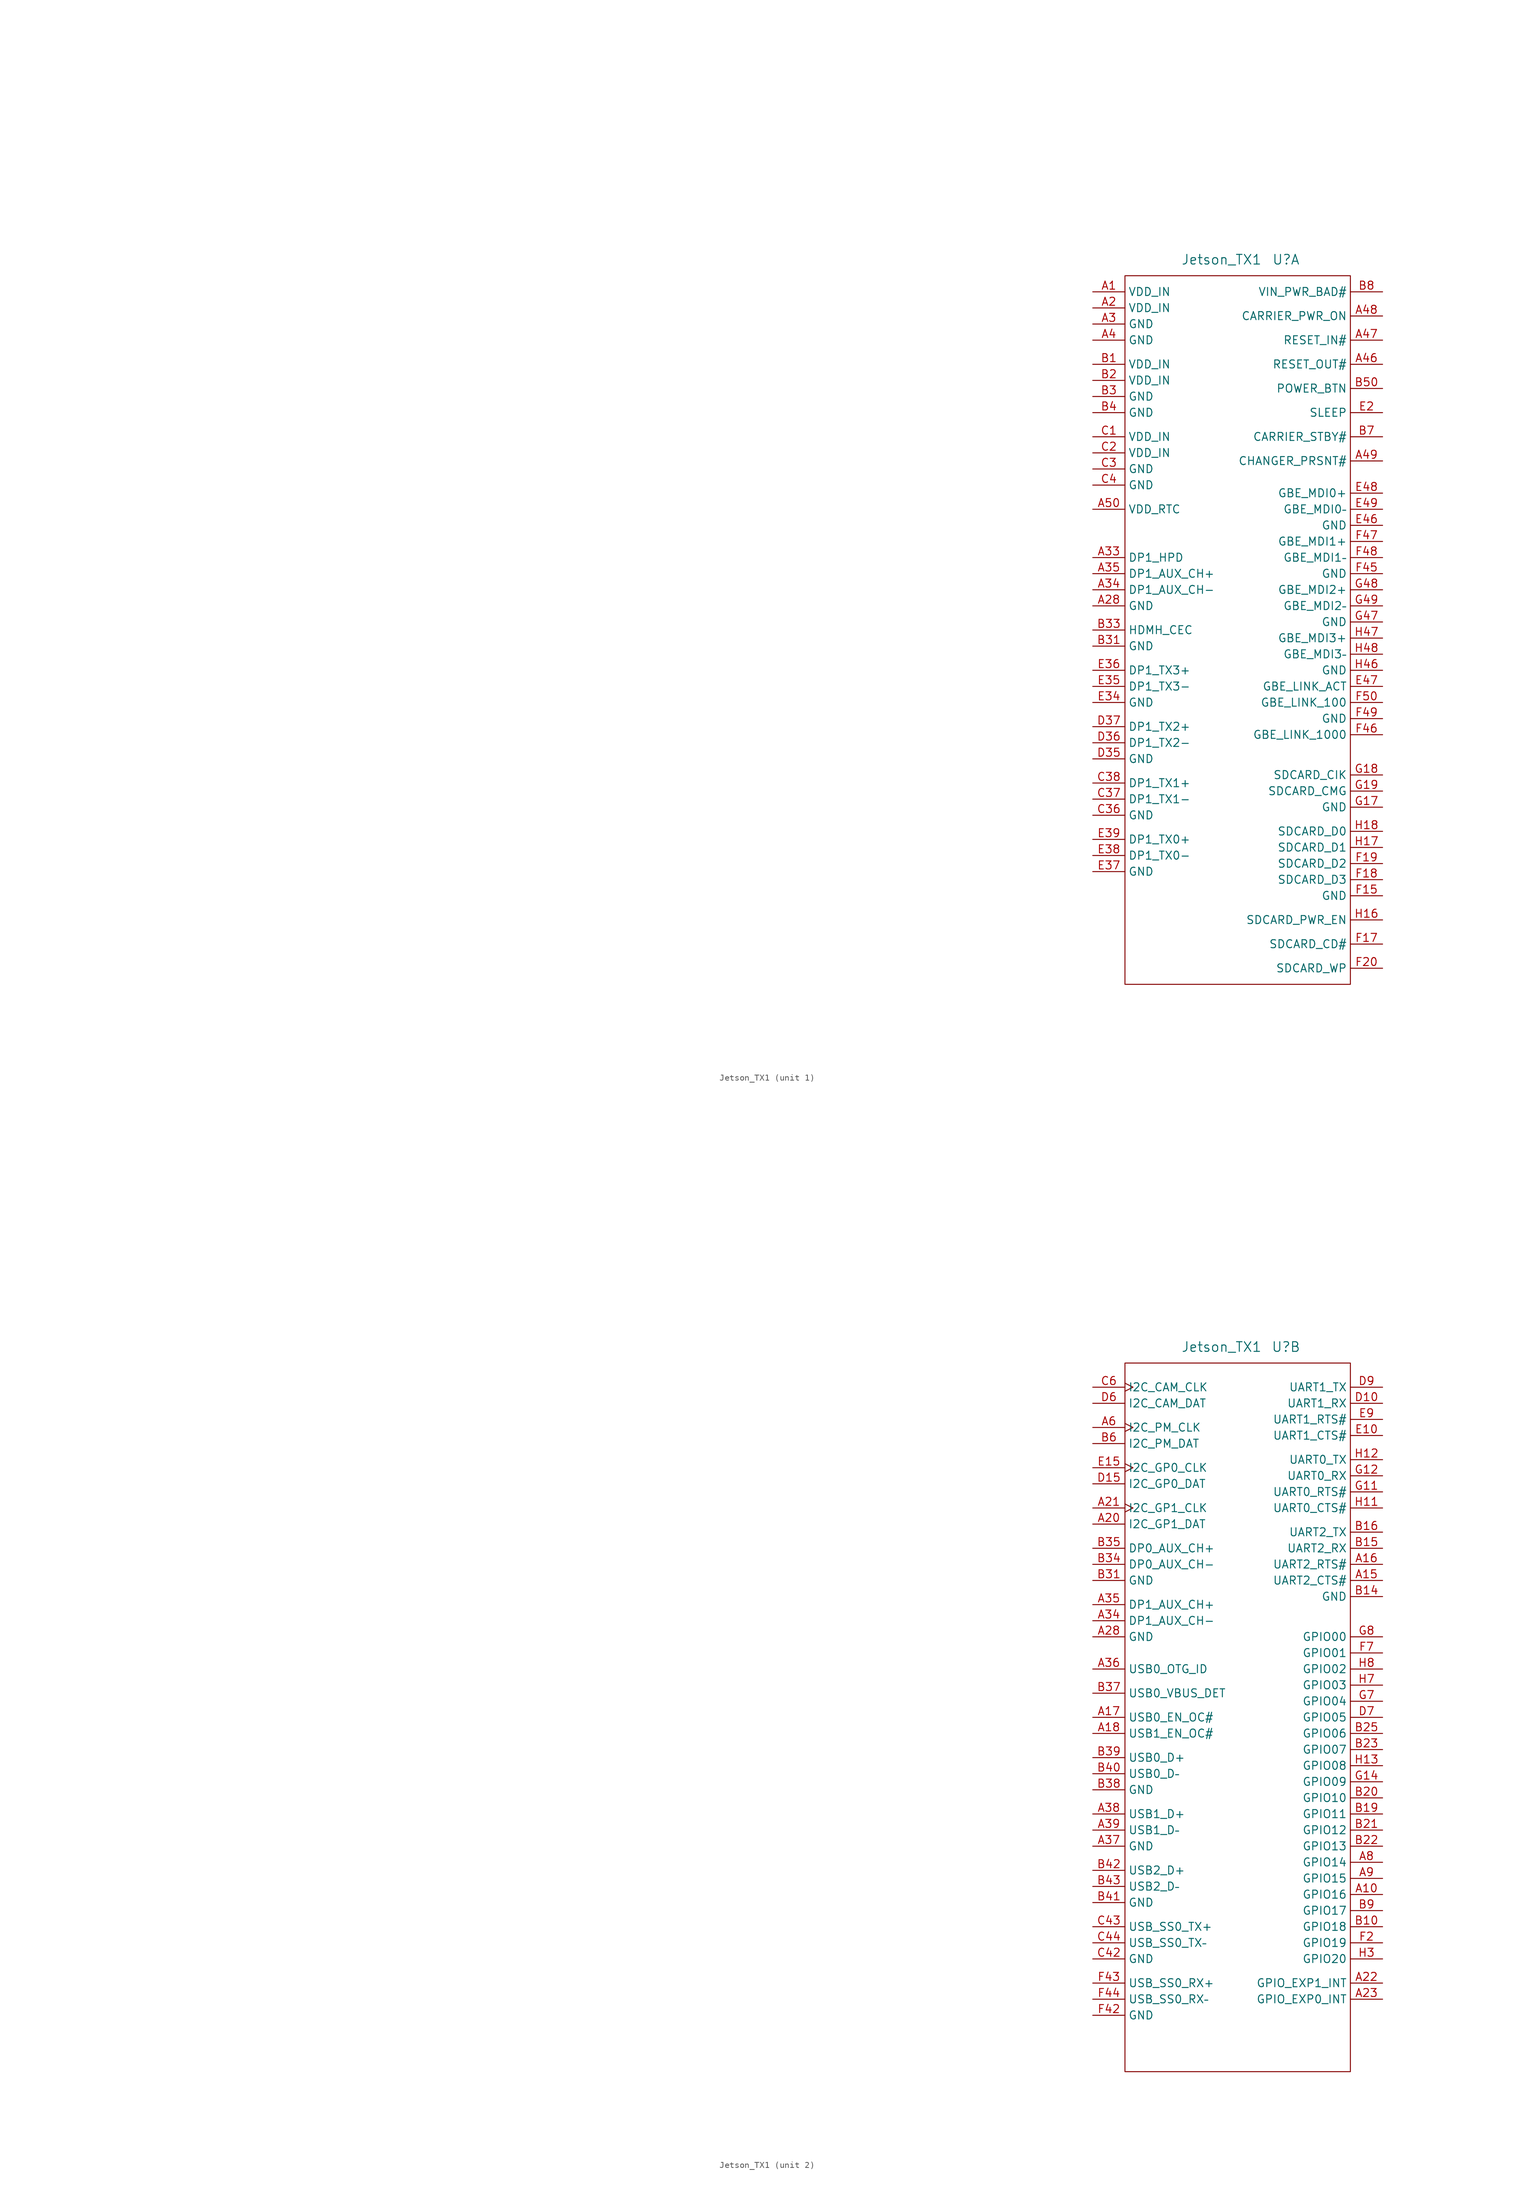
<source format=kicad_sym>
(kicad_symbol_lib
  (version 20211014)
  (generator kicad_symbol_editor)
  (symbol "Jetson_TX1"
    (property "Reference" "U"
      (at 6.35 38.1 0)
      (effects (font (size 1.524 1.524))))
    (property "Value" "Jetson_TX1"
      (at -3.81 38.1 0)
      (effects (font (size 1.524 1.524))))
    (property "Footprint" ""
      (at -172.72 60.96 0)
      (effects (font (size 1.524 1.524))))
    (property "Datasheet" ""
      (at -172.72 60.96 0)
      (effects (font (size 1.524 1.524))))
    (symbol "Jetson_TX1_0_1"
      (rectangle (start -19.05 35.56) (end 16.51 -76.2) (stroke (width 0) (type default) (color 0 0 0 0)) (fill (type none))))
    (symbol "Jetson_TX1_1_1"
      (pin power_in line (at -24.13 33.02 0) (length 5.08) (name "VDD_IN" (effects (font (size 1.27 1.27)))) (number "A1" (effects (font (size 1.27 1.27)))))
      (pin no_connect line (at -73.66 30.48 0) (length 5.08) hide (name "~" (effects (font (size 1.27 1.27)))) (number "A11" (effects (font (size 1.27 1.27)))))
      (pin no_connect line (at -73.66 27.94 0) (length 5.08) hide (name "~" (effects (font (size 1.27 1.27)))) (number "A12" (effects (font (size 1.27 1.27)))))
      (pin no_connect line (at -73.66 25.4 0) (length 5.08) hide (name "~" (effects (font (size 1.27 1.27)))) (number "A13" (effects (font (size 1.27 1.27)))))
      (pin no_connect line (at -73.66 22.86 0) (length 5.08) hide (name "~" (effects (font (size 1.27 1.27)))) (number "A14" (effects (font (size 1.27 1.27)))))
      (pin no_connect line (at -73.66 20.32 0) (length 5.08) hide (name "~" (effects (font (size 1.27 1.27)))) (number "A19" (effects (font (size 1.27 1.27)))))
      (pin power_in line (at -24.13 30.48 0) (length 5.08) (name "VDD_IN" (effects (font (size 1.27 1.27)))) (number "A2" (effects (font (size 1.27 1.27)))))
      (pin no_connect line (at -73.66 17.78 0) (length 5.08) hide (name "~" (effects (font (size 1.27 1.27)))) (number "A24" (effects (font (size 1.27 1.27)))))
      (pin no_connect line (at -73.66 15.24 0) (length 5.08) hide (name "~" (effects (font (size 1.27 1.27)))) (number "A25" (effects (font (size 1.27 1.27)))))
      (pin no_connect line (at -73.66 12.7 0) (length 5.08) hide (name "~" (effects (font (size 1.27 1.27)))) (number "A26" (effects (font (size 1.27 1.27)))))
      (pin no_connect line (at -73.66 10.16 0) (length 5.08) hide (name "~" (effects (font (size 1.27 1.27)))) (number "A27" (effects (font (size 1.27 1.27)))))
      (pin power_out line (at -24.13 -16.51 0) (length 5.08) (name "GND" (effects (font (size 1.27 1.27)))) (number "A28" (effects (font (size 1.27 1.27)))))
      (pin no_connect line (at -73.66 7.62 0) (length 5.08) hide (name "~" (effects (font (size 1.27 1.27)))) (number "A29" (effects (font (size 1.27 1.27)))))
      (pin power_out line (at -24.13 27.94 0) (length 5.08) (name "GND" (effects (font (size 1.27 1.27)))) (number "A3" (effects (font (size 1.27 1.27)))))
      (pin no_connect line (at -73.66 5.08 0) (length 5.08) hide (name "~" (effects (font (size 1.27 1.27)))) (number "A30" (effects (font (size 1.27 1.27)))))
      (pin no_connect line (at -73.66 2.54 0) (length 5.08) hide (name "~" (effects (font (size 1.27 1.27)))) (number "A31" (effects (font (size 1.27 1.27)))))
      (pin no_connect line (at -73.66 0 0) (length 5.08) hide (name "~" (effects (font (size 1.27 1.27)))) (number "A32" (effects (font (size 1.27 1.27)))))
      (pin input line (at -24.13 -8.89 0) (length 5.08) (name "DP1_HPD" (effects (font (size 1.27 1.27)))) (number "A33" (effects (font (size 1.27 1.27)))))
      (pin bidirectional line (at -24.13 -13.97 0) (length 5.08) (name "DP1_AUX_CH-" (effects (font (size 1.27 1.27)))) (number "A34" (effects (font (size 1.27 1.27)))))
      (pin output line (at -24.13 -11.43 0) (length 5.08) (name "DP1_AUX_CH+" (effects (font (size 1.27 1.27)))) (number "A35" (effects (font (size 1.27 1.27)))))
      (pin power_out line (at -24.13 25.4 0) (length 5.08) (name "GND" (effects (font (size 1.27 1.27)))) (number "A4" (effects (font (size 1.27 1.27)))))
      (pin no_connect line (at -73.66 -2.54 0) (length 5.08) hide (name "~" (effects (font (size 1.27 1.27)))) (number "A40" (effects (font (size 1.27 1.27)))))
      (pin no_connect line (at -73.66 -5.08 0) (length 5.08) hide (name "~" (effects (font (size 1.27 1.27)))) (number "A41" (effects (font (size 1.27 1.27)))))
      (pin no_connect line (at -73.66 -7.62 0) (length 5.08) hide (name "~" (effects (font (size 1.27 1.27)))) (number "A42" (effects (font (size 1.27 1.27)))))
      (pin no_connect line (at -73.66 -10.16 0) (length 5.08) hide (name "~" (effects (font (size 1.27 1.27)))) (number "A43" (effects (font (size 1.27 1.27)))))
      (pin no_connect line (at -73.66 -12.7 0) (length 5.08) hide (name "~" (effects (font (size 1.27 1.27)))) (number "A44" (effects (font (size 1.27 1.27)))))
      (pin no_connect line (at -73.66 -15.24 0) (length 5.08) hide (name "~" (effects (font (size 1.27 1.27)))) (number "A45" (effects (font (size 1.27 1.27)))))
      (pin input line (at 21.59 21.59 180) (length 5.08) (name "RESET_OUT#" (effects (font (size 1.27 1.27)))) (number "A46" (effects (font (size 1.27 1.27)))))
      (pin bidirectional line (at 21.59 25.4 180) (length 5.08) (name "RESET_IN#" (effects (font (size 1.27 1.27)))) (number "A47" (effects (font (size 1.27 1.27)))))
      (pin output line (at 21.59 29.21 180) (length 5.08) (name "CARRIER_PWR_ON" (effects (font (size 1.27 1.27)))) (number "A48" (effects (font (size 1.27 1.27)))))
      (pin input line (at 21.59 6.35 180) (length 5.08) (name "CHANGER_PRSNT#" (effects (font (size 1.27 1.27)))) (number "A49" (effects (font (size 1.27 1.27)))))
      (pin no_connect line (at -73.66 35.56 0) (length 5.08) hide (name "~" (effects (font (size 1.27 1.27)))) (number "A5" (effects (font (size 1.27 1.27)))))
      (pin power_in line (at -24.13 -1.27 0) (length 5.08) (name "VDD_RTC" (effects (font (size 1.27 1.27)))) (number "A50" (effects (font (size 1.27 1.27)))))
      (pin no_connect line (at -73.66 33.02 0) (length 5.08) hide (name "~" (effects (font (size 1.27 1.27)))) (number "A7" (effects (font (size 1.27 1.27)))))
      (pin power_in line (at -24.13 21.59 0) (length 5.08) (name "VDD_IN" (effects (font (size 1.27 1.27)))) (number "B1" (effects (font (size 1.27 1.27)))))
      (pin no_connect line (at -73.66 -20.32 0) (length 5.08) hide (name "~" (effects (font (size 1.27 1.27)))) (number "B11" (effects (font (size 1.27 1.27)))))
      (pin no_connect line (at -73.66 -22.86 0) (length 5.08) hide (name "~" (effects (font (size 1.27 1.27)))) (number "B12" (effects (font (size 1.27 1.27)))))
      (pin no_connect line (at -73.66 -25.4 0) (length 5.08) hide (name "~" (effects (font (size 1.27 1.27)))) (number "B13" (effects (font (size 1.27 1.27)))))
      (pin no_connect line (at -73.66 -27.94 0) (length 5.08) hide (name "~" (effects (font (size 1.27 1.27)))) (number "B17" (effects (font (size 1.27 1.27)))))
      (pin no_connect line (at -73.66 -30.48 0) (length 5.08) hide (name "~" (effects (font (size 1.27 1.27)))) (number "B18" (effects (font (size 1.27 1.27)))))
      (pin power_in line (at -24.13 19.05 0) (length 5.08) (name "VDD_IN" (effects (font (size 1.27 1.27)))) (number "B2" (effects (font (size 1.27 1.27)))))
      (pin no_connect line (at -73.66 -33.02 0) (length 5.08) hide (name "~" (effects (font (size 1.27 1.27)))) (number "B24" (effects (font (size 1.27 1.27)))))
      (pin no_connect line (at -73.66 -35.56 0) (length 5.08) hide (name "~" (effects (font (size 1.27 1.27)))) (number "B26" (effects (font (size 1.27 1.27)))))
      (pin no_connect line (at -73.66 -38.1 0) (length 5.08) hide (name "~" (effects (font (size 1.27 1.27)))) (number "B27" (effects (font (size 1.27 1.27)))))
      (pin no_connect line (at -73.66 -40.64 0) (length 5.08) hide (name "~" (effects (font (size 1.27 1.27)))) (number "B28" (effects (font (size 1.27 1.27)))))
      (pin no_connect line (at -73.66 -43.18 0) (length 5.08) hide (name "~" (effects (font (size 1.27 1.27)))) (number "B29" (effects (font (size 1.27 1.27)))))
      (pin power_out line (at -24.13 16.51 0) (length 5.08) (name "GND" (effects (font (size 1.27 1.27)))) (number "B3" (effects (font (size 1.27 1.27)))))
      (pin no_connect line (at -73.66 -45.72 0) (length 5.08) hide (name "~" (effects (font (size 1.27 1.27)))) (number "B30" (effects (font (size 1.27 1.27)))))
      (pin power_out line (at -24.13 -22.86 0) (length 5.08) (name "GND" (effects (font (size 1.27 1.27)))) (number "B31" (effects (font (size 1.27 1.27)))))
      (pin bidirectional line (at -24.13 -20.32 0) (length 5.08) (name "HDMH_CEC" (effects (font (size 1.27 1.27)))) (number "B33" (effects (font (size 1.27 1.27)))))
      (pin no_connect line (at -73.66 -48.26 0) (length 5.08) hide (name "~" (effects (font (size 1.27 1.27)))) (number "B36" (effects (font (size 1.27 1.27)))))
      (pin power_out line (at -24.13 13.97 0) (length 5.08) (name "GND" (effects (font (size 1.27 1.27)))) (number "B4" (effects (font (size 1.27 1.27)))))
      (pin no_connect line (at -73.66 -50.8 0) (length 5.08) hide (name "~" (effects (font (size 1.27 1.27)))) (number "B44" (effects (font (size 1.27 1.27)))))
      (pin no_connect line (at -73.66 -53.34 0) (length 5.08) hide (name "~" (effects (font (size 1.27 1.27)))) (number "B45" (effects (font (size 1.27 1.27)))))
      (pin no_connect line (at -73.66 -55.88 0) (length 5.08) hide (name "~" (effects (font (size 1.27 1.27)))) (number "B46" (effects (font (size 1.27 1.27)))))
      (pin no_connect line (at -73.66 -58.42 0) (length 5.08) hide (name "~" (effects (font (size 1.27 1.27)))) (number "B47" (effects (font (size 1.27 1.27)))))
      (pin no_connect line (at -73.66 -60.96 0) (length 5.08) hide (name "~" (effects (font (size 1.27 1.27)))) (number "B48" (effects (font (size 1.27 1.27)))))
      (pin no_connect line (at -73.66 -63.5 0) (length 5.08) hide (name "~" (effects (font (size 1.27 1.27)))) (number "B49" (effects (font (size 1.27 1.27)))))
      (pin no_connect line (at -73.66 -17.78 0) (length 5.08) hide (name "~" (effects (font (size 1.27 1.27)))) (number "B5" (effects (font (size 1.27 1.27)))))
      (pin input line (at 21.59 17.78 180) (length 5.08) (name "POWER_BTN" (effects (font (size 1.27 1.27)))) (number "B50" (effects (font (size 1.27 1.27)))))
      (pin output line (at 21.59 10.16 180) (length 5.08) (name "CARRIER_STBY#" (effects (font (size 1.27 1.27)))) (number "B7" (effects (font (size 1.27 1.27)))))
      (pin input line (at 21.59 33.02 180) (length 5.08) (name "VIN_PWR_BAD#" (effects (font (size 1.27 1.27)))) (number "B8" (effects (font (size 1.27 1.27)))))
      (pin power_in line (at -24.13 10.16 0) (length 5.08) (name "VDD_IN" (effects (font (size 1.27 1.27)))) (number "C1" (effects (font (size 1.27 1.27)))))
      (pin no_connect line (at -73.66 -76.2 0) (length 5.08) hide (name "~" (effects (font (size 1.27 1.27)))) (number "C10" (effects (font (size 1.27 1.27)))))
      (pin no_connect line (at -67.31 35.56 0) (length 5.08) hide (name "~" (effects (font (size 1.27 1.27)))) (number "C11" (effects (font (size 1.27 1.27)))))
      (pin no_connect line (at -67.31 33.02 0) (length 5.08) hide (name "~" (effects (font (size 1.27 1.27)))) (number "C12" (effects (font (size 1.27 1.27)))))
      (pin no_connect line (at -67.31 30.48 0) (length 5.08) hide (name "~" (effects (font (size 1.27 1.27)))) (number "C13" (effects (font (size 1.27 1.27)))))
      (pin no_connect line (at -67.31 27.94 0) (length 5.08) hide (name "~" (effects (font (size 1.27 1.27)))) (number "C14" (effects (font (size 1.27 1.27)))))
      (pin no_connect line (at -67.31 25.4 0) (length 5.08) hide (name "~" (effects (font (size 1.27 1.27)))) (number "C15" (effects (font (size 1.27 1.27)))))
      (pin no_connect line (at -67.31 22.86 0) (length 5.08) hide (name "~" (effects (font (size 1.27 1.27)))) (number "C16" (effects (font (size 1.27 1.27)))))
      (pin no_connect line (at -67.31 20.32 0) (length 5.08) hide (name "~" (effects (font (size 1.27 1.27)))) (number "C17" (effects (font (size 1.27 1.27)))))
      (pin no_connect line (at -67.31 17.78 0) (length 5.08) hide (name "~" (effects (font (size 1.27 1.27)))) (number "C18" (effects (font (size 1.27 1.27)))))
      (pin no_connect line (at -67.31 15.24 0) (length 5.08) hide (name "~" (effects (font (size 1.27 1.27)))) (number "C19" (effects (font (size 1.27 1.27)))))
      (pin power_in line (at -24.13 7.62 0) (length 5.08) (name "VDD_IN" (effects (font (size 1.27 1.27)))) (number "C2" (effects (font (size 1.27 1.27)))))
      (pin no_connect line (at -67.31 12.7 0) (length 5.08) hide (name "~" (effects (font (size 1.27 1.27)))) (number "C20" (effects (font (size 1.27 1.27)))))
      (pin no_connect line (at -67.31 10.16 0) (length 5.08) hide (name "~" (effects (font (size 1.27 1.27)))) (number "C21" (effects (font (size 1.27 1.27)))))
      (pin no_connect line (at -67.31 7.62 0) (length 5.08) hide (name "~" (effects (font (size 1.27 1.27)))) (number "C22" (effects (font (size 1.27 1.27)))))
      (pin no_connect line (at -67.31 5.08 0) (length 5.08) hide (name "~" (effects (font (size 1.27 1.27)))) (number "C23" (effects (font (size 1.27 1.27)))))
      (pin no_connect line (at -67.31 2.54 0) (length 5.08) hide (name "~" (effects (font (size 1.27 1.27)))) (number "C24" (effects (font (size 1.27 1.27)))))
      (pin no_connect line (at -67.31 0 0) (length 5.08) hide (name "~" (effects (font (size 1.27 1.27)))) (number "C25" (effects (font (size 1.27 1.27)))))
      (pin no_connect line (at -67.31 -2.54 0) (length 5.08) hide (name "~" (effects (font (size 1.27 1.27)))) (number "C26" (effects (font (size 1.27 1.27)))))
      (pin no_connect line (at -67.31 -5.08 0) (length 5.08) hide (name "~" (effects (font (size 1.27 1.27)))) (number "C27" (effects (font (size 1.27 1.27)))))
      (pin no_connect line (at -67.31 -7.62 0) (length 5.08) hide (name "~" (effects (font (size 1.27 1.27)))) (number "C28" (effects (font (size 1.27 1.27)))))
      (pin no_connect line (at -67.31 -10.16 0) (length 5.08) hide (name "~" (effects (font (size 1.27 1.27)))) (number "C29" (effects (font (size 1.27 1.27)))))
      (pin power_out line (at -24.13 5.08 0) (length 5.08) (name "GND" (effects (font (size 1.27 1.27)))) (number "C3" (effects (font (size 1.27 1.27)))))
      (pin no_connect line (at -67.31 -12.7 0) (length 5.08) hide (name "~" (effects (font (size 1.27 1.27)))) (number "C30" (effects (font (size 1.27 1.27)))))
      (pin no_connect line (at -67.31 -15.24 0) (length 5.08) hide (name "~" (effects (font (size 1.27 1.27)))) (number "C31" (effects (font (size 1.27 1.27)))))
      (pin no_connect line (at -67.31 -17.78 0) (length 5.08) hide (name "~" (effects (font (size 1.27 1.27)))) (number "C32" (effects (font (size 1.27 1.27)))))
      (pin no_connect line (at -67.31 -20.32 0) (length 5.08) hide (name "~" (effects (font (size 1.27 1.27)))) (number "C33" (effects (font (size 1.27 1.27)))))
      (pin no_connect line (at -67.31 -22.86 0) (length 5.08) hide (name "~" (effects (font (size 1.27 1.27)))) (number "C34" (effects (font (size 1.27 1.27)))))
      (pin no_connect line (at -67.31 -25.4 0) (length 5.08) hide (name "~" (effects (font (size 1.27 1.27)))) (number "C35" (effects (font (size 1.27 1.27)))))
      (pin power_out line (at -24.13 -49.53 0) (length 5.08) (name "GND" (effects (font (size 1.27 1.27)))) (number "C36" (effects (font (size 1.27 1.27)))))
      (pin output line (at -24.13 -46.99 0) (length 5.08) (name "DP1_TX1-" (effects (font (size 1.27 1.27)))) (number "C37" (effects (font (size 1.27 1.27)))))
      (pin output line (at -24.13 -44.45 0) (length 5.08) (name "DP1_TX1+" (effects (font (size 1.27 1.27)))) (number "C38" (effects (font (size 1.27 1.27)))))
      (pin no_connect line (at -67.31 -27.94 0) (length 5.08) hide (name "~" (effects (font (size 1.27 1.27)))) (number "C39" (effects (font (size 1.27 1.27)))))
      (pin power_out line (at -24.13 2.54 0) (length 5.08) (name "GND" (effects (font (size 1.27 1.27)))) (number "C4" (effects (font (size 1.27 1.27)))))
      (pin no_connect line (at -67.31 -30.48 0) (length 5.08) hide (name "~" (effects (font (size 1.27 1.27)))) (number "C40" (effects (font (size 1.27 1.27)))))
      (pin no_connect line (at -67.31 -33.02 0) (length 5.08) hide (name "~" (effects (font (size 1.27 1.27)))) (number "C41" (effects (font (size 1.27 1.27)))))
      (pin no_connect line (at -67.31 -35.56 0) (length 5.08) hide (name "~" (effects (font (size 1.27 1.27)))) (number "C45" (effects (font (size 1.27 1.27)))))
      (pin no_connect line (at -67.31 -38.1 0) (length 5.08) hide (name "~" (effects (font (size 1.27 1.27)))) (number "C46" (effects (font (size 1.27 1.27)))))
      (pin no_connect line (at -67.31 -40.64 0) (length 5.08) hide (name "~" (effects (font (size 1.27 1.27)))) (number "C47" (effects (font (size 1.27 1.27)))))
      (pin no_connect line (at -67.31 -43.18 0) (length 5.08) hide (name "~" (effects (font (size 1.27 1.27)))) (number "C48" (effects (font (size 1.27 1.27)))))
      (pin no_connect line (at -67.31 -45.72 0) (length 5.08) hide (name "~" (effects (font (size 1.27 1.27)))) (number "C49" (effects (font (size 1.27 1.27)))))
      (pin no_connect line (at -73.66 -66.04 0) (length 5.08) hide (name "~" (effects (font (size 1.27 1.27)))) (number "C5" (effects (font (size 1.27 1.27)))))
      (pin no_connect line (at -67.31 -48.26 0) (length 5.08) hide (name "~" (effects (font (size 1.27 1.27)))) (number "C50" (effects (font (size 1.27 1.27)))))
      (pin no_connect line (at -73.66 -68.58 0) (length 5.08) hide (name "~" (effects (font (size 1.27 1.27)))) (number "C7" (effects (font (size 1.27 1.27)))))
      (pin no_connect line (at -73.66 -71.12 0) (length 5.08) hide (name "~" (effects (font (size 1.27 1.27)))) (number "C8" (effects (font (size 1.27 1.27)))))
      (pin no_connect line (at -73.66 -73.66 0) (length 5.08) hide (name "~" (effects (font (size 1.27 1.27)))) (number "C9" (effects (font (size 1.27 1.27)))))
      (pin no_connect line (at -67.31 -50.8 0) (length 5.08) hide (name "~" (effects (font (size 1.27 1.27)))) (number "D1" (effects (font (size 1.27 1.27)))))
      (pin no_connect line (at -67.31 -66.04 0) (length 5.08) hide (name "~" (effects (font (size 1.27 1.27)))) (number "D11" (effects (font (size 1.27 1.27)))))
      (pin no_connect line (at -67.31 -68.58 0) (length 5.08) hide (name "~" (effects (font (size 1.27 1.27)))) (number "D12" (effects (font (size 1.27 1.27)))))
      (pin no_connect line (at -67.31 -71.12 0) (length 5.08) hide (name "~" (effects (font (size 1.27 1.27)))) (number "D13" (effects (font (size 1.27 1.27)))))
      (pin no_connect line (at -67.31 -73.66 0) (length 5.08) hide (name "~" (effects (font (size 1.27 1.27)))) (number "D14" (effects (font (size 1.27 1.27)))))
      (pin no_connect line (at -67.31 -76.2 0) (length 5.08) hide (name "~" (effects (font (size 1.27 1.27)))) (number "D16" (effects (font (size 1.27 1.27)))))
      (pin no_connect line (at -60.96 35.56 0) (length 5.08) hide (name "~" (effects (font (size 1.27 1.27)))) (number "D17" (effects (font (size 1.27 1.27)))))
      (pin no_connect line (at -60.96 33.02 0) (length 5.08) hide (name "~" (effects (font (size 1.27 1.27)))) (number "D18" (effects (font (size 1.27 1.27)))))
      (pin no_connect line (at -60.96 30.48 0) (length 5.08) hide (name "~" (effects (font (size 1.27 1.27)))) (number "D19" (effects (font (size 1.27 1.27)))))
      (pin no_connect line (at -67.31 -53.34 0) (length 5.08) hide (name "~" (effects (font (size 1.27 1.27)))) (number "D2" (effects (font (size 1.27 1.27)))))
      (pin no_connect line (at -60.96 27.94 0) (length 5.08) hide (name "~" (effects (font (size 1.27 1.27)))) (number "D20" (effects (font (size 1.27 1.27)))))
      (pin no_connect line (at -60.96 25.4 0) (length 5.08) hide (name "~" (effects (font (size 1.27 1.27)))) (number "D21" (effects (font (size 1.27 1.27)))))
      (pin no_connect line (at -60.96 22.86 0) (length 5.08) hide (name "~" (effects (font (size 1.27 1.27)))) (number "D22" (effects (font (size 1.27 1.27)))))
      (pin no_connect line (at -60.96 20.32 0) (length 5.08) hide (name "~" (effects (font (size 1.27 1.27)))) (number "D23" (effects (font (size 1.27 1.27)))))
      (pin no_connect line (at -60.96 17.78 0) (length 5.08) hide (name "~" (effects (font (size 1.27 1.27)))) (number "D24" (effects (font (size 1.27 1.27)))))
      (pin no_connect line (at -60.96 15.24 0) (length 5.08) hide (name "~" (effects (font (size 1.27 1.27)))) (number "D25" (effects (font (size 1.27 1.27)))))
      (pin no_connect line (at -60.96 12.7 0) (length 5.08) hide (name "~" (effects (font (size 1.27 1.27)))) (number "D26" (effects (font (size 1.27 1.27)))))
      (pin no_connect line (at -60.96 10.16 0) (length 5.08) hide (name "~" (effects (font (size 1.27 1.27)))) (number "D27" (effects (font (size 1.27 1.27)))))
      (pin no_connect line (at -60.96 7.62 0) (length 5.08) hide (name "~" (effects (font (size 1.27 1.27)))) (number "D28" (effects (font (size 1.27 1.27)))))
      (pin no_connect line (at -60.96 5.08 0) (length 5.08) hide (name "~" (effects (font (size 1.27 1.27)))) (number "D29" (effects (font (size 1.27 1.27)))))
      (pin no_connect line (at -67.31 -55.88 0) (length 5.08) hide (name "~" (effects (font (size 1.27 1.27)))) (number "D3" (effects (font (size 1.27 1.27)))))
      (pin no_connect line (at -60.96 2.54 0) (length 5.08) hide (name "~" (effects (font (size 1.27 1.27)))) (number "D30" (effects (font (size 1.27 1.27)))))
      (pin no_connect line (at -60.96 0 0) (length 5.08) hide (name "~" (effects (font (size 1.27 1.27)))) (number "D31" (effects (font (size 1.27 1.27)))))
      (pin no_connect line (at -60.96 -2.54 0) (length 5.08) hide (name "~" (effects (font (size 1.27 1.27)))) (number "D32" (effects (font (size 1.27 1.27)))))
      (pin no_connect line (at -60.96 -5.08 0) (length 5.08) hide (name "~" (effects (font (size 1.27 1.27)))) (number "D33" (effects (font (size 1.27 1.27)))))
      (pin no_connect line (at -60.96 -7.62 0) (length 5.08) hide (name "~" (effects (font (size 1.27 1.27)))) (number "D34" (effects (font (size 1.27 1.27)))))
      (pin power_out line (at -24.13 -40.64 0) (length 5.08) (name "GND" (effects (font (size 1.27 1.27)))) (number "D35" (effects (font (size 1.27 1.27)))))
      (pin output line (at -24.13 -38.1 0) (length 5.08) (name "DP1_TX2-" (effects (font (size 1.27 1.27)))) (number "D36" (effects (font (size 1.27 1.27)))))
      (pin output line (at -24.13 -35.56 0) (length 5.08) (name "DP1_TX2+" (effects (font (size 1.27 1.27)))) (number "D37" (effects (font (size 1.27 1.27)))))
      (pin no_connect line (at -60.96 -10.16 0) (length 5.08) hide (name "~" (effects (font (size 1.27 1.27)))) (number "D38" (effects (font (size 1.27 1.27)))))
      (pin no_connect line (at -60.96 -12.7 0) (length 5.08) hide (name "~" (effects (font (size 1.27 1.27)))) (number "D39" (effects (font (size 1.27 1.27)))))
      (pin no_connect line (at -67.31 -58.42 0) (length 5.08) hide (name "~" (effects (font (size 1.27 1.27)))) (number "D4" (effects (font (size 1.27 1.27)))))
      (pin no_connect line (at -60.96 -15.24 0) (length 5.08) hide (name "~" (effects (font (size 1.27 1.27)))) (number "D40" (effects (font (size 1.27 1.27)))))
      (pin no_connect line (at -60.96 -17.78 0) (length 5.08) hide (name "~" (effects (font (size 1.27 1.27)))) (number "D41" (effects (font (size 1.27 1.27)))))
      (pin no_connect line (at -60.96 -20.32 0) (length 5.08) hide (name "~" (effects (font (size 1.27 1.27)))) (number "D42" (effects (font (size 1.27 1.27)))))
      (pin no_connect line (at -60.96 -22.86 0) (length 5.08) hide (name "~" (effects (font (size 1.27 1.27)))) (number "D43" (effects (font (size 1.27 1.27)))))
      (pin no_connect line (at -60.96 -25.4 0) (length 5.08) hide (name "~" (effects (font (size 1.27 1.27)))) (number "D44" (effects (font (size 1.27 1.27)))))
      (pin no_connect line (at -60.96 -27.94 0) (length 5.08) hide (name "~" (effects (font (size 1.27 1.27)))) (number "D45" (effects (font (size 1.27 1.27)))))
      (pin no_connect line (at -60.96 -30.48 0) (length 5.08) hide (name "~" (effects (font (size 1.27 1.27)))) (number "D46" (effects (font (size 1.27 1.27)))))
      (pin no_connect line (at -60.96 -33.02 0) (length 5.08) hide (name "~" (effects (font (size 1.27 1.27)))) (number "D47" (effects (font (size 1.27 1.27)))))
      (pin no_connect line (at -60.96 -35.56 0) (length 5.08) hide (name "~" (effects (font (size 1.27 1.27)))) (number "D48" (effects (font (size 1.27 1.27)))))
      (pin no_connect line (at -60.96 -38.1 0) (length 5.08) hide (name "~" (effects (font (size 1.27 1.27)))) (number "D49" (effects (font (size 1.27 1.27)))))
      (pin no_connect line (at -67.31 -60.96 0) (length 5.08) hide (name "~" (effects (font (size 1.27 1.27)))) (number "D5" (effects (font (size 1.27 1.27)))))
      (pin no_connect line (at -60.96 -40.64 0) (length 5.08) hide (name "~" (effects (font (size 1.27 1.27)))) (number "D50" (effects (font (size 1.27 1.27)))))
      (pin no_connect line (at -67.31 -63.5 0) (length 5.08) hide (name "~" (effects (font (size 1.27 1.27)))) (number "D8" (effects (font (size 1.27 1.27)))))
      (pin no_connect line (at -60.96 -43.18 0) (length 5.08) hide (name "~" (effects (font (size 1.27 1.27)))) (number "E1" (effects (font (size 1.27 1.27)))))
      (pin no_connect line (at -60.96 -60.96 0) (length 5.08) hide (name "~" (effects (font (size 1.27 1.27)))) (number "E11" (effects (font (size 1.27 1.27)))))
      (pin no_connect line (at -60.96 -63.5 0) (length 5.08) hide (name "~" (effects (font (size 1.27 1.27)))) (number "E12" (effects (font (size 1.27 1.27)))))
      (pin no_connect line (at -60.96 -66.04 0) (length 5.08) hide (name "~" (effects (font (size 1.27 1.27)))) (number "E13" (effects (font (size 1.27 1.27)))))
      (pin no_connect line (at -60.96 -68.58 0) (length 5.08) hide (name "~" (effects (font (size 1.27 1.27)))) (number "E14" (effects (font (size 1.27 1.27)))))
      (pin no_connect line (at -60.96 -71.12 0) (length 5.08) hide (name "~" (effects (font (size 1.27 1.27)))) (number "E16" (effects (font (size 1.27 1.27)))))
      (pin no_connect line (at -60.96 -73.66 0) (length 5.08) hide (name "~" (effects (font (size 1.27 1.27)))) (number "E17" (effects (font (size 1.27 1.27)))))
      (pin no_connect line (at -60.96 -76.2 0) (length 5.08) hide (name "~" (effects (font (size 1.27 1.27)))) (number "E18" (effects (font (size 1.27 1.27)))))
      (pin no_connect line (at -54.61 35.56 0) (length 5.08) hide (name "~" (effects (font (size 1.27 1.27)))) (number "E19" (effects (font (size 1.27 1.27)))))
      (pin input line (at 21.59 13.97 180) (length 5.08) (name "SLEEP" (effects (font (size 1.27 1.27)))) (number "E2" (effects (font (size 1.27 1.27)))))
      (pin no_connect line (at -54.61 33.02 0) (length 5.08) hide (name "~" (effects (font (size 1.27 1.27)))) (number "E20" (effects (font (size 1.27 1.27)))))
      (pin no_connect line (at -54.61 30.48 0) (length 5.08) hide (name "~" (effects (font (size 1.27 1.27)))) (number "E21" (effects (font (size 1.27 1.27)))))
      (pin no_connect line (at -54.61 27.94 0) (length 5.08) hide (name "~" (effects (font (size 1.27 1.27)))) (number "E22" (effects (font (size 1.27 1.27)))))
      (pin no_connect line (at -54.61 25.4 0) (length 5.08) hide (name "~" (effects (font (size 1.27 1.27)))) (number "E23" (effects (font (size 1.27 1.27)))))
      (pin no_connect line (at -54.61 22.86 0) (length 5.08) hide (name "~" (effects (font (size 1.27 1.27)))) (number "E24" (effects (font (size 1.27 1.27)))))
      (pin no_connect line (at -54.61 20.32 0) (length 5.08) hide (name "~" (effects (font (size 1.27 1.27)))) (number "E25" (effects (font (size 1.27 1.27)))))
      (pin no_connect line (at -54.61 17.78 0) (length 5.08) hide (name "~" (effects (font (size 1.27 1.27)))) (number "E26" (effects (font (size 1.27 1.27)))))
      (pin no_connect line (at -54.61 15.24 0) (length 5.08) hide (name "~" (effects (font (size 1.27 1.27)))) (number "E27" (effects (font (size 1.27 1.27)))))
      (pin no_connect line (at -54.61 12.7 0) (length 5.08) hide (name "~" (effects (font (size 1.27 1.27)))) (number "E28" (effects (font (size 1.27 1.27)))))
      (pin no_connect line (at -54.61 10.16 0) (length 5.08) hide (name "~" (effects (font (size 1.27 1.27)))) (number "E29" (effects (font (size 1.27 1.27)))))
      (pin no_connect line (at -60.96 -45.72 0) (length 5.08) hide (name "~" (effects (font (size 1.27 1.27)))) (number "E3" (effects (font (size 1.27 1.27)))))
      (pin no_connect line (at -54.61 7.62 0) (length 5.08) hide (name "~" (effects (font (size 1.27 1.27)))) (number "E30" (effects (font (size 1.27 1.27)))))
      (pin no_connect line (at -54.61 5.08 0) (length 5.08) hide (name "~" (effects (font (size 1.27 1.27)))) (number "E31" (effects (font (size 1.27 1.27)))))
      (pin no_connect line (at -54.61 2.54 0) (length 5.08) hide (name "~" (effects (font (size 1.27 1.27)))) (number "E32" (effects (font (size 1.27 1.27)))))
      (pin no_connect line (at -54.61 0 0) (length 5.08) hide (name "~" (effects (font (size 1.27 1.27)))) (number "E33" (effects (font (size 1.27 1.27)))))
      (pin power_out line (at -24.13 -31.75 0) (length 5.08) (name "GND" (effects (font (size 1.27 1.27)))) (number "E34" (effects (font (size 1.27 1.27)))))
      (pin output line (at -24.13 -29.21 0) (length 5.08) (name "DP1_TX3-" (effects (font (size 1.27 1.27)))) (number "E35" (effects (font (size 1.27 1.27)))))
      (pin output line (at -24.13 -26.67 0) (length 5.08) (name "DP1_TX3+" (effects (font (size 1.27 1.27)))) (number "E36" (effects (font (size 1.27 1.27)))))
      (pin power_out line (at -24.13 -58.42 0) (length 5.08) (name "GND" (effects (font (size 1.27 1.27)))) (number "E37" (effects (font (size 1.27 1.27)))))
      (pin output line (at -24.13 -55.88 0) (length 5.08) (name "DP1_TX0-" (effects (font (size 1.27 1.27)))) (number "E38" (effects (font (size 1.27 1.27)))))
      (pin output line (at -24.13 -53.34 0) (length 5.08) (name "DP1_TX0+" (effects (font (size 1.27 1.27)))) (number "E39" (effects (font (size 1.27 1.27)))))
      (pin no_connect line (at -60.96 -48.26 0) (length 5.08) hide (name "~" (effects (font (size 1.27 1.27)))) (number "E4" (effects (font (size 1.27 1.27)))))
      (pin no_connect line (at -54.61 -2.54 0) (length 5.08) hide (name "~" (effects (font (size 1.27 1.27)))) (number "E40" (effects (font (size 1.27 1.27)))))
      (pin no_connect line (at -54.61 -5.08 0) (length 5.08) hide (name "~" (effects (font (size 1.27 1.27)))) (number "E41" (effects (font (size 1.27 1.27)))))
      (pin no_connect line (at -54.61 -7.62 0) (length 5.08) hide (name "~" (effects (font (size 1.27 1.27)))) (number "E42" (effects (font (size 1.27 1.27)))))
      (pin no_connect line (at -54.61 -10.16 0) (length 5.08) hide (name "~" (effects (font (size 1.27 1.27)))) (number "E43" (effects (font (size 1.27 1.27)))))
      (pin no_connect line (at -54.61 -12.7 0) (length 5.08) hide (name "~" (effects (font (size 1.27 1.27)))) (number "E44" (effects (font (size 1.27 1.27)))))
      (pin no_connect line (at -54.61 -15.24 0) (length 5.08) hide (name "~" (effects (font (size 1.27 1.27)))) (number "E45" (effects (font (size 1.27 1.27)))))
      (pin input line (at 21.59 -3.81 180) (length 5.08) (name "GND" (effects (font (size 1.27 1.27)))) (number "E46" (effects (font (size 1.27 1.27)))))
      (pin output line (at 21.59 -29.21 180) (length 5.08) (name "GBE_LINK_ACT" (effects (font (size 1.27 1.27)))) (number "E47" (effects (font (size 1.27 1.27)))))
      (pin bidirectional line (at 21.59 1.27 180) (length 5.08) (name "GBE_MDI0+" (effects (font (size 1.27 1.27)))) (number "E48" (effects (font (size 1.27 1.27)))))
      (pin bidirectional line (at 21.59 -1.27 180) (length 5.08) (name "GBE_MDI0–" (effects (font (size 1.27 1.27)))) (number "E49" (effects (font (size 1.27 1.27)))))
      (pin no_connect line (at -60.96 -50.8 0) (length 5.08) hide (name "~" (effects (font (size 1.27 1.27)))) (number "E5" (effects (font (size 1.27 1.27)))))
      (pin no_connect line (at -54.61 -17.78 0) (length 5.08) hide (name "~" (effects (font (size 1.27 1.27)))) (number "E50" (effects (font (size 1.27 1.27)))))
      (pin no_connect line (at -60.96 -53.34 0) (length 5.08) hide (name "~" (effects (font (size 1.27 1.27)))) (number "E6" (effects (font (size 1.27 1.27)))))
      (pin no_connect line (at -60.96 -55.88 0) (length 5.08) hide (name "~" (effects (font (size 1.27 1.27)))) (number "E7" (effects (font (size 1.27 1.27)))))
      (pin no_connect line (at -60.96 -58.42 0) (length 5.08) hide (name "~" (effects (font (size 1.27 1.27)))) (number "E8" (effects (font (size 1.27 1.27)))))
      (pin no_connect line (at -54.61 -20.32 0) (length 5.08) hide (name "~" (effects (font (size 1.27 1.27)))) (number "F1" (effects (font (size 1.27 1.27)))))
      (pin no_connect line (at -54.61 -38.1 0) (length 5.08) hide (name "~" (effects (font (size 1.27 1.27)))) (number "F10" (effects (font (size 1.27 1.27)))))
      (pin no_connect line (at -54.61 -40.64 0) (length 5.08) hide (name "~" (effects (font (size 1.27 1.27)))) (number "F11" (effects (font (size 1.27 1.27)))))
      (pin no_connect line (at -54.61 -43.18 0) (length 5.08) hide (name "~" (effects (font (size 1.27 1.27)))) (number "F12" (effects (font (size 1.27 1.27)))))
      (pin no_connect line (at -54.61 -45.72 0) (length 5.08) hide (name "~" (effects (font (size 1.27 1.27)))) (number "F13" (effects (font (size 1.27 1.27)))))
      (pin no_connect line (at -54.61 -48.26 0) (length 5.08) hide (name "~" (effects (font (size 1.27 1.27)))) (number "F14" (effects (font (size 1.27 1.27)))))
      (pin input line (at 21.59 -62.23 180) (length 5.08) (name "GND" (effects (font (size 1.27 1.27)))) (number "F15" (effects (font (size 1.27 1.27)))))
      (pin no_connect line (at -54.61 -50.8 0) (length 5.08) hide (name "~" (effects (font (size 1.27 1.27)))) (number "F16" (effects (font (size 1.27 1.27)))))
      (pin input line (at 21.59 -69.85 180) (length 5.08) (name "SDCARD_CD#" (effects (font (size 1.27 1.27)))) (number "F17" (effects (font (size 1.27 1.27)))))
      (pin output line (at 21.59 -59.69 180) (length 5.08) (name "SDCARD_D3" (effects (font (size 1.27 1.27)))) (number "F18" (effects (font (size 1.27 1.27)))))
      (pin output line (at 21.59 -57.15 180) (length 5.08) (name "SDCARD_D2" (effects (font (size 1.27 1.27)))) (number "F19" (effects (font (size 1.27 1.27)))))
      (pin input line (at 21.59 -73.66 180) (length 5.08) (name "SDCARD_WP" (effects (font (size 1.27 1.27)))) (number "F20" (effects (font (size 1.27 1.27)))))
      (pin no_connect line (at -54.61 -53.34 0) (length 5.08) hide (name "~" (effects (font (size 1.27 1.27)))) (number "F21" (effects (font (size 1.27 1.27)))))
      (pin no_connect line (at -54.61 -55.88 0) (length 5.08) hide (name "~" (effects (font (size 1.27 1.27)))) (number "F22" (effects (font (size 1.27 1.27)))))
      (pin no_connect line (at -54.61 -58.42 0) (length 5.08) hide (name "~" (effects (font (size 1.27 1.27)))) (number "F23" (effects (font (size 1.27 1.27)))))
      (pin no_connect line (at -54.61 -60.96 0) (length 5.08) hide (name "~" (effects (font (size 1.27 1.27)))) (number "F24" (effects (font (size 1.27 1.27)))))
      (pin no_connect line (at -54.61 -63.5 0) (length 5.08) hide (name "~" (effects (font (size 1.27 1.27)))) (number "F25" (effects (font (size 1.27 1.27)))))
      (pin no_connect line (at -54.61 -66.04 0) (length 5.08) hide (name "~" (effects (font (size 1.27 1.27)))) (number "F26" (effects (font (size 1.27 1.27)))))
      (pin no_connect line (at -54.61 -68.58 0) (length 5.08) hide (name "~" (effects (font (size 1.27 1.27)))) (number "F27" (effects (font (size 1.27 1.27)))))
      (pin no_connect line (at -54.61 -71.12 0) (length 5.08) hide (name "~" (effects (font (size 1.27 1.27)))) (number "F28" (effects (font (size 1.27 1.27)))))
      (pin no_connect line (at -54.61 -73.66 0) (length 5.08) hide (name "~" (effects (font (size 1.27 1.27)))) (number "F29" (effects (font (size 1.27 1.27)))))
      (pin no_connect line (at -54.61 -22.86 0) (length 5.08) hide (name "~" (effects (font (size 1.27 1.27)))) (number "F3" (effects (font (size 1.27 1.27)))))
      (pin no_connect line (at -54.61 -76.2 0) (length 5.08) hide (name "~" (effects (font (size 1.27 1.27)))) (number "F30" (effects (font (size 1.27 1.27)))))
      (pin no_connect line (at -48.26 35.56 0) (length 5.08) hide (name "~" (effects (font (size 1.27 1.27)))) (number "F31" (effects (font (size 1.27 1.27)))))
      (pin no_connect line (at -48.26 33.02 0) (length 5.08) hide (name "~" (effects (font (size 1.27 1.27)))) (number "F32" (effects (font (size 1.27 1.27)))))
      (pin no_connect line (at -48.26 30.48 0) (length 5.08) hide (name "~" (effects (font (size 1.27 1.27)))) (number "F33" (effects (font (size 1.27 1.27)))))
      (pin no_connect line (at -48.26 27.94 0) (length 5.08) hide (name "~" (effects (font (size 1.27 1.27)))) (number "F34" (effects (font (size 1.27 1.27)))))
      (pin no_connect line (at -48.26 25.4 0) (length 5.08) hide (name "~" (effects (font (size 1.27 1.27)))) (number "F35" (effects (font (size 1.27 1.27)))))
      (pin no_connect line (at -48.26 22.86 0) (length 5.08) hide (name "~" (effects (font (size 1.27 1.27)))) (number "F36" (effects (font (size 1.27 1.27)))))
      (pin no_connect line (at -48.26 20.32 0) (length 5.08) hide (name "~" (effects (font (size 1.27 1.27)))) (number "F37" (effects (font (size 1.27 1.27)))))
      (pin no_connect line (at -48.26 17.78 0) (length 5.08) hide (name "~" (effects (font (size 1.27 1.27)))) (number "F38" (effects (font (size 1.27 1.27)))))
      (pin no_connect line (at -48.26 15.24 0) (length 5.08) hide (name "~" (effects (font (size 1.27 1.27)))) (number "F39" (effects (font (size 1.27 1.27)))))
      (pin no_connect line (at -54.61 -25.4 0) (length 5.08) hide (name "~" (effects (font (size 1.27 1.27)))) (number "F4" (effects (font (size 1.27 1.27)))))
      (pin no_connect line (at -48.26 12.7 0) (length 5.08) hide (name "~" (effects (font (size 1.27 1.27)))) (number "F40" (effects (font (size 1.27 1.27)))))
      (pin no_connect line (at -48.26 10.16 0) (length 5.08) hide (name "~" (effects (font (size 1.27 1.27)))) (number "F41" (effects (font (size 1.27 1.27)))))
      (pin input line (at 21.59 -11.43 180) (length 5.08) (name "GND" (effects (font (size 1.27 1.27)))) (number "F45" (effects (font (size 1.27 1.27)))))
      (pin output line (at 21.59 -36.83 180) (length 5.08) (name "GBE_LINK_1000" (effects (font (size 1.27 1.27)))) (number "F46" (effects (font (size 1.27 1.27)))))
      (pin bidirectional line (at 21.59 -6.35 180) (length 5.08) (name "GBE_MDI1+" (effects (font (size 1.27 1.27)))) (number "F47" (effects (font (size 1.27 1.27)))))
      (pin bidirectional line (at 21.59 -8.89 180) (length 5.08) (name "GBE_MDI1–" (effects (font (size 1.27 1.27)))) (number "F48" (effects (font (size 1.27 1.27)))))
      (pin input line (at 21.59 -34.29 180) (length 5.08) (name "GND" (effects (font (size 1.27 1.27)))) (number "F49" (effects (font (size 1.27 1.27)))))
      (pin no_connect line (at -54.61 -27.94 0) (length 5.08) hide (name "~" (effects (font (size 1.27 1.27)))) (number "F5" (effects (font (size 1.27 1.27)))))
      (pin output line (at 21.59 -31.75 180) (length 5.08) (name "GBE_LINK_100" (effects (font (size 1.27 1.27)))) (number "F50" (effects (font (size 1.27 1.27)))))
      (pin no_connect line (at -54.61 -30.48 0) (length 5.08) hide (name "~" (effects (font (size 1.27 1.27)))) (number "F6" (effects (font (size 1.27 1.27)))))
      (pin no_connect line (at -54.61 -33.02 0) (length 5.08) hide (name "~" (effects (font (size 1.27 1.27)))) (number "F8" (effects (font (size 1.27 1.27)))))
      (pin no_connect line (at -54.61 -35.56 0) (length 5.08) hide (name "~" (effects (font (size 1.27 1.27)))) (number "F9" (effects (font (size 1.27 1.27)))))
      (pin no_connect line (at -48.26 7.62 0) (length 5.08) hide (name "~" (effects (font (size 1.27 1.27)))) (number "G1" (effects (font (size 1.27 1.27)))))
      (pin no_connect line (at -48.26 -10.16 0) (length 5.08) hide (name "~" (effects (font (size 1.27 1.27)))) (number "G10" (effects (font (size 1.27 1.27)))))
      (pin no_connect line (at -48.26 -12.7 0) (length 5.08) hide (name "~" (effects (font (size 1.27 1.27)))) (number "G13" (effects (font (size 1.27 1.27)))))
      (pin no_connect line (at -48.26 -15.24 0) (length 5.08) hide (name "~" (effects (font (size 1.27 1.27)))) (number "G15" (effects (font (size 1.27 1.27)))))
      (pin no_connect line (at -48.26 -17.78 0) (length 5.08) hide (name "~" (effects (font (size 1.27 1.27)))) (number "G16" (effects (font (size 1.27 1.27)))))
      (pin input line (at 21.59 -48.26 180) (length 5.08) (name "GND" (effects (font (size 1.27 1.27)))) (number "G17" (effects (font (size 1.27 1.27)))))
      (pin output line (at 21.59 -43.18 180) (length 5.08) (name "SDCARD_CIK" (effects (font (size 1.27 1.27)))) (number "G18" (effects (font (size 1.27 1.27)))))
      (pin bidirectional line (at 21.59 -45.72 180) (length 5.08) (name "SDCARD_CMG" (effects (font (size 1.27 1.27)))) (number "G19" (effects (font (size 1.27 1.27)))))
      (pin no_connect line (at -48.26 5.08 0) (length 5.08) hide (name "~" (effects (font (size 1.27 1.27)))) (number "G2" (effects (font (size 1.27 1.27)))))
      (pin no_connect line (at -48.26 -20.32 0) (length 5.08) hide (name "~" (effects (font (size 1.27 1.27)))) (number "G20" (effects (font (size 1.27 1.27)))))
      (pin no_connect line (at -48.26 -22.86 0) (length 5.08) hide (name "~" (effects (font (size 1.27 1.27)))) (number "G21" (effects (font (size 1.27 1.27)))))
      (pin no_connect line (at -48.26 -25.4 0) (length 5.08) hide (name "~" (effects (font (size 1.27 1.27)))) (number "G22" (effects (font (size 1.27 1.27)))))
      (pin no_connect line (at -48.26 -27.94 0) (length 5.08) hide (name "~" (effects (font (size 1.27 1.27)))) (number "G23" (effects (font (size 1.27 1.27)))))
      (pin no_connect line (at -48.26 -30.48 0) (length 5.08) hide (name "~" (effects (font (size 1.27 1.27)))) (number "G24" (effects (font (size 1.27 1.27)))))
      (pin no_connect line (at -48.26 -33.02 0) (length 5.08) hide (name "~" (effects (font (size 1.27 1.27)))) (number "G25" (effects (font (size 1.27 1.27)))))
      (pin no_connect line (at -48.26 -35.56 0) (length 5.08) hide (name "~" (effects (font (size 1.27 1.27)))) (number "G26" (effects (font (size 1.27 1.27)))))
      (pin no_connect line (at -48.26 -38.1 0) (length 5.08) hide (name "~" (effects (font (size 1.27 1.27)))) (number "G27" (effects (font (size 1.27 1.27)))))
      (pin no_connect line (at -48.26 -40.64 0) (length 5.08) hide (name "~" (effects (font (size 1.27 1.27)))) (number "G28" (effects (font (size 1.27 1.27)))))
      (pin no_connect line (at -48.26 -43.18 0) (length 5.08) hide (name "~" (effects (font (size 1.27 1.27)))) (number "G29" (effects (font (size 1.27 1.27)))))
      (pin no_connect line (at -48.26 2.54 0) (length 5.08) hide (name "~" (effects (font (size 1.27 1.27)))) (number "G3" (effects (font (size 1.27 1.27)))))
      (pin no_connect line (at -48.26 -45.72 0) (length 5.08) hide (name "~" (effects (font (size 1.27 1.27)))) (number "G30" (effects (font (size 1.27 1.27)))))
      (pin no_connect line (at -48.26 -48.26 0) (length 5.08) hide (name "~" (effects (font (size 1.27 1.27)))) (number "G31" (effects (font (size 1.27 1.27)))))
      (pin no_connect line (at -48.26 -50.8 0) (length 5.08) hide (name "~" (effects (font (size 1.27 1.27)))) (number "G32" (effects (font (size 1.27 1.27)))))
      (pin no_connect line (at -48.26 -53.34 0) (length 5.08) hide (name "~" (effects (font (size 1.27 1.27)))) (number "G33" (effects (font (size 1.27 1.27)))))
      (pin no_connect line (at -48.26 -55.88 0) (length 5.08) hide (name "~" (effects (font (size 1.27 1.27)))) (number "G34" (effects (font (size 1.27 1.27)))))
      (pin no_connect line (at -48.26 -58.42 0) (length 5.08) hide (name "~" (effects (font (size 1.27 1.27)))) (number "G35" (effects (font (size 1.27 1.27)))))
      (pin no_connect line (at -48.26 -60.96 0) (length 5.08) hide (name "~" (effects (font (size 1.27 1.27)))) (number "G36" (effects (font (size 1.27 1.27)))))
      (pin no_connect line (at -48.26 -63.5 0) (length 5.08) hide (name "~" (effects (font (size 1.27 1.27)))) (number "G37" (effects (font (size 1.27 1.27)))))
      (pin no_connect line (at -48.26 -66.04 0) (length 5.08) hide (name "~" (effects (font (size 1.27 1.27)))) (number "G38" (effects (font (size 1.27 1.27)))))
      (pin no_connect line (at -48.26 -68.58 0) (length 5.08) hide (name "~" (effects (font (size 1.27 1.27)))) (number "G39" (effects (font (size 1.27 1.27)))))
      (pin no_connect line (at -48.26 0 0) (length 5.08) hide (name "~" (effects (font (size 1.27 1.27)))) (number "G4" (effects (font (size 1.27 1.27)))))
      (pin no_connect line (at -48.26 -71.12 0) (length 5.08) hide (name "~" (effects (font (size 1.27 1.27)))) (number "G40" (effects (font (size 1.27 1.27)))))
      (pin no_connect line (at -48.26 -73.66 0) (length 5.08) hide (name "~" (effects (font (size 1.27 1.27)))) (number "G41" (effects (font (size 1.27 1.27)))))
      (pin no_connect line (at -41.91 35.56 0) (length 5.08) hide (name "~" (effects (font (size 1.27 1.27)))) (number "G42" (effects (font (size 1.27 1.27)))))
      (pin no_connect line (at -41.91 33.02 0) (length 5.08) hide (name "~" (effects (font (size 1.27 1.27)))) (number "G43" (effects (font (size 1.27 1.27)))))
      (pin no_connect line (at -41.91 30.48 0) (length 5.08) hide (name "~" (effects (font (size 1.27 1.27)))) (number "G44" (effects (font (size 1.27 1.27)))))
      (pin no_connect line (at -41.91 27.94 0) (length 5.08) hide (name "~" (effects (font (size 1.27 1.27)))) (number "G45" (effects (font (size 1.27 1.27)))))
      (pin no_connect line (at -41.91 25.4 0) (length 5.08) hide (name "~" (effects (font (size 1.27 1.27)))) (number "G46" (effects (font (size 1.27 1.27)))))
      (pin input line (at 21.59 -19.05 180) (length 5.08) (name "GND" (effects (font (size 1.27 1.27)))) (number "G47" (effects (font (size 1.27 1.27)))))
      (pin bidirectional line (at 21.59 -13.97 180) (length 5.08) (name "GBE_MDI2+" (effects (font (size 1.27 1.27)))) (number "G48" (effects (font (size 1.27 1.27)))))
      (pin bidirectional line (at 21.59 -16.51 180) (length 5.08) (name "GBE_MDI2–" (effects (font (size 1.27 1.27)))) (number "G49" (effects (font (size 1.27 1.27)))))
      (pin no_connect line (at -48.26 -2.54 0) (length 5.08) hide (name "~" (effects (font (size 1.27 1.27)))) (number "G5" (effects (font (size 1.27 1.27)))))
      (pin no_connect line (at -41.91 22.86 0) (length 5.08) hide (name "~" (effects (font (size 1.27 1.27)))) (number "G50" (effects (font (size 1.27 1.27)))))
      (pin no_connect line (at -48.26 -5.08 0) (length 5.08) hide (name "~" (effects (font (size 1.27 1.27)))) (number "G6" (effects (font (size 1.27 1.27)))))
      (pin no_connect line (at -48.26 -7.62 0) (length 5.08) hide (name "~" (effects (font (size 1.27 1.27)))) (number "G9" (effects (font (size 1.27 1.27)))))
      (pin no_connect line (at -41.91 20.32 0) (length 5.08) hide (name "~" (effects (font (size 1.27 1.27)))) (number "H1" (effects (font (size 1.27 1.27)))))
      (pin no_connect line (at -41.91 5.08 0) (length 5.08) hide (name "~" (effects (font (size 1.27 1.27)))) (number "H10" (effects (font (size 1.27 1.27)))))
      (pin no_connect line (at -41.91 2.54 0) (length 5.08) hide (name "~" (effects (font (size 1.27 1.27)))) (number "H14" (effects (font (size 1.27 1.27)))))
      (pin no_connect line (at -41.91 0 0) (length 5.08) hide (name "~" (effects (font (size 1.27 1.27)))) (number "H15" (effects (font (size 1.27 1.27)))))
      (pin output line (at 21.59 -66.04 180) (length 5.08) (name "SDCARD_PWR_EN" (effects (font (size 1.27 1.27)))) (number "H16" (effects (font (size 1.27 1.27)))))
      (pin output line (at 21.59 -54.61 180) (length 5.08) (name "SDCARD_D1" (effects (font (size 1.27 1.27)))) (number "H17" (effects (font (size 1.27 1.27)))))
      (pin output line (at 21.59 -52.07 180) (length 5.08) (name "SDCARD_D0" (effects (font (size 1.27 1.27)))) (number "H18" (effects (font (size 1.27 1.27)))))
      (pin no_connect line (at -41.91 -2.54 0) (length 5.08) hide (name "~" (effects (font (size 1.27 1.27)))) (number "H19" (effects (font (size 1.27 1.27)))))
      (pin no_connect line (at -41.91 17.78 0) (length 5.08) hide (name "~" (effects (font (size 1.27 1.27)))) (number "H2" (effects (font (size 1.27 1.27)))))
      (pin no_connect line (at -41.91 -5.08 0) (length 5.08) hide (name "~" (effects (font (size 1.27 1.27)))) (number "H20" (effects (font (size 1.27 1.27)))))
      (pin no_connect line (at -41.91 -7.62 0) (length 5.08) hide (name "~" (effects (font (size 1.27 1.27)))) (number "H21" (effects (font (size 1.27 1.27)))))
      (pin no_connect line (at -41.91 -10.16 0) (length 5.08) hide (name "~" (effects (font (size 1.27 1.27)))) (number "H22" (effects (font (size 1.27 1.27)))))
      (pin no_connect line (at -41.91 -12.7 0) (length 5.08) hide (name "~" (effects (font (size 1.27 1.27)))) (number "H23" (effects (font (size 1.27 1.27)))))
      (pin no_connect line (at -41.91 -15.24 0) (length 5.08) hide (name "~" (effects (font (size 1.27 1.27)))) (number "H24" (effects (font (size 1.27 1.27)))))
      (pin no_connect line (at -41.91 -17.78 0) (length 5.08) hide (name "~" (effects (font (size 1.27 1.27)))) (number "H25" (effects (font (size 1.27 1.27)))))
      (pin no_connect line (at -41.91 -20.32 0) (length 5.08) hide (name "~" (effects (font (size 1.27 1.27)))) (number "H26" (effects (font (size 1.27 1.27)))))
      (pin no_connect line (at -41.91 -22.86 0) (length 5.08) hide (name "~" (effects (font (size 1.27 1.27)))) (number "H27" (effects (font (size 1.27 1.27)))))
      (pin no_connect line (at -41.91 -25.4 0) (length 5.08) hide (name "~" (effects (font (size 1.27 1.27)))) (number "H28" (effects (font (size 1.27 1.27)))))
      (pin no_connect line (at -41.91 -27.94 0) (length 5.08) hide (name "~" (effects (font (size 1.27 1.27)))) (number "H29" (effects (font (size 1.27 1.27)))))
      (pin no_connect line (at -41.91 -30.48 0) (length 5.08) hide (name "~" (effects (font (size 1.27 1.27)))) (number "H30" (effects (font (size 1.27 1.27)))))
      (pin no_connect line (at -41.91 -33.02 0) (length 5.08) hide (name "~" (effects (font (size 1.27 1.27)))) (number "H31" (effects (font (size 1.27 1.27)))))
      (pin no_connect line (at -41.91 -35.56 0) (length 5.08) hide (name "~" (effects (font (size 1.27 1.27)))) (number "H32" (effects (font (size 1.27 1.27)))))
      (pin no_connect line (at -41.91 -38.1 0) (length 5.08) hide (name "~" (effects (font (size 1.27 1.27)))) (number "H33" (effects (font (size 1.27 1.27)))))
      (pin no_connect line (at -41.91 -40.64 0) (length 5.08) hide (name "~" (effects (font (size 1.27 1.27)))) (number "H34" (effects (font (size 1.27 1.27)))))
      (pin no_connect line (at -41.91 -43.18 0) (length 5.08) hide (name "~" (effects (font (size 1.27 1.27)))) (number "H35" (effects (font (size 1.27 1.27)))))
      (pin no_connect line (at -41.91 -45.72 0) (length 5.08) hide (name "~" (effects (font (size 1.27 1.27)))) (number "H36" (effects (font (size 1.27 1.27)))))
      (pin no_connect line (at -41.91 -48.26 0) (length 5.08) hide (name "~" (effects (font (size 1.27 1.27)))) (number "H37" (effects (font (size 1.27 1.27)))))
      (pin no_connect line (at -41.91 -50.8 0) (length 5.08) hide (name "~" (effects (font (size 1.27 1.27)))) (number "H38" (effects (font (size 1.27 1.27)))))
      (pin no_connect line (at -41.91 -53.34 0) (length 5.08) hide (name "~" (effects (font (size 1.27 1.27)))) (number "H39" (effects (font (size 1.27 1.27)))))
      (pin no_connect line (at -41.91 15.24 0) (length 5.08) hide (name "~" (effects (font (size 1.27 1.27)))) (number "H4" (effects (font (size 1.27 1.27)))))
      (pin no_connect line (at -41.91 -55.88 0) (length 5.08) hide (name "~" (effects (font (size 1.27 1.27)))) (number "H40" (effects (font (size 1.27 1.27)))))
      (pin no_connect line (at -41.91 -58.42 0) (length 5.08) hide (name "~" (effects (font (size 1.27 1.27)))) (number "H41" (effects (font (size 1.27 1.27)))))
      (pin no_connect line (at -41.91 -60.96 0) (length 5.08) hide (name "~" (effects (font (size 1.27 1.27)))) (number "H42" (effects (font (size 1.27 1.27)))))
      (pin no_connect line (at -41.91 -63.5 0) (length 5.08) hide (name "~" (effects (font (size 1.27 1.27)))) (number "H43" (effects (font (size 1.27 1.27)))))
      (pin no_connect line (at -41.91 -66.04 0) (length 5.08) hide (name "~" (effects (font (size 1.27 1.27)))) (number "H44" (effects (font (size 1.27 1.27)))))
      (pin no_connect line (at -41.91 -68.58 0) (length 5.08) hide (name "~" (effects (font (size 1.27 1.27)))) (number "H45" (effects (font (size 1.27 1.27)))))
      (pin input line (at 21.59 -26.67 180) (length 5.08) (name "GND" (effects (font (size 1.27 1.27)))) (number "H46" (effects (font (size 1.27 1.27)))))
      (pin bidirectional line (at 21.59 -21.59 180) (length 5.08) (name "GBE_MDI3+" (effects (font (size 1.27 1.27)))) (number "H47" (effects (font (size 1.27 1.27)))))
      (pin bidirectional line (at 21.59 -24.13 180) (length 5.08) (name "GBE_MDI3–" (effects (font (size 1.27 1.27)))) (number "H48" (effects (font (size 1.27 1.27)))))
      (pin no_connect line (at -41.91 -71.12 0) (length 5.08) hide (name "~" (effects (font (size 1.27 1.27)))) (number "H49" (effects (font (size 1.27 1.27)))))
      (pin no_connect line (at -41.91 12.7 0) (length 5.08) hide (name "~" (effects (font (size 1.27 1.27)))) (number "H5" (effects (font (size 1.27 1.27)))))
      (pin no_connect line (at -41.91 -73.66 0) (length 5.08) hide (name "~" (effects (font (size 1.27 1.27)))) (number "H50" (effects (font (size 1.27 1.27)))))
      (pin no_connect line (at -41.91 10.16 0) (length 5.08) hide (name "~" (effects (font (size 1.27 1.27)))) (number "H6" (effects (font (size 1.27 1.27)))))
      (pin no_connect line (at -41.91 7.62 0) (length 5.08) hide (name "~" (effects (font (size 1.27 1.27)))) (number "H9" (effects (font (size 1.27 1.27))))))
    (symbol "Jetson_TX1_2_1"
      (pin input line (at 21.59 -48.26 180) (length 5.08) (name "GPIO16" (effects (font (size 1.27 1.27)))) (number "A10" (effects (font (size 1.27 1.27)))))
      (pin input line (at 21.59 1.27 180) (length 5.08) (name "UART2_CTS#" (effects (font (size 1.27 1.27)))) (number "A15" (effects (font (size 1.27 1.27)))))
      (pin output line (at 21.59 3.81 180) (length 5.08) (name "UART2_RTS#" (effects (font (size 1.27 1.27)))) (number "A16" (effects (font (size 1.27 1.27)))))
      (pin bidirectional line (at -24.13 -20.32 0) (length 5.08) (name "USB0_EN_OC#" (effects (font (size 1.27 1.27)))) (number "A17" (effects (font (size 1.27 1.27)))))
      (pin bidirectional line (at -24.13 -22.86 0) (length 5.08) (name "USB1_EN_OC#" (effects (font (size 1.27 1.27)))) (number "A18" (effects (font (size 1.27 1.27)))))
      (pin bidirectional line (at -24.13 10.16 0) (length 5.08) (name "I2C_GP1_DAT" (effects (font (size 1.27 1.27)))) (number "A20" (effects (font (size 1.27 1.27)))))
      (pin bidirectional clock (at -24.13 12.7 0) (length 5.08) (name "I2C_GP1_CLK" (effects (font (size 1.27 1.27)))) (number "A21" (effects (font (size 1.27 1.27)))))
      (pin input line (at 21.59 -62.23 180) (length 5.08) (name "GPIO_EXP1_INT" (effects (font (size 1.27 1.27)))) (number "A22" (effects (font (size 1.27 1.27)))))
      (pin input line (at 21.59 -64.77 180) (length 5.08) (name "GPIO_EXP0_INT" (effects (font (size 1.27 1.27)))) (number "A23" (effects (font (size 1.27 1.27)))))
      (pin bidirectional line (at -24.13 -7.62 0) (length 5.08) (name "GND" (effects (font (size 1.27 1.27)))) (number "A28" (effects (font (size 1.27 1.27)))))
      (pin bidirectional line (at -24.13 -5.08 0) (length 5.08) (name "DP1_AUX_CH-" (effects (font (size 1.27 1.27)))) (number "A34" (effects (font (size 1.27 1.27)))))
      (pin bidirectional line (at -24.13 -2.54 0) (length 5.08) (name "DP1_AUX_CH+" (effects (font (size 1.27 1.27)))) (number "A35" (effects (font (size 1.27 1.27)))))
      (pin input line (at -24.13 -12.7 0) (length 5.08) (name "USB0_OTG_ID" (effects (font (size 1.27 1.27)))) (number "A36" (effects (font (size 1.27 1.27)))))
      (pin power_out line (at -24.13 -40.64 0) (length 5.08) (name "GND" (effects (font (size 1.27 1.27)))) (number "A37" (effects (font (size 1.27 1.27)))))
      (pin bidirectional line (at -24.13 -35.56 0) (length 5.08) (name "USB1_D+" (effects (font (size 1.27 1.27)))) (number "A38" (effects (font (size 1.27 1.27)))))
      (pin bidirectional line (at -24.13 -38.1 0) (length 5.08) (name "USB1_D–" (effects (font (size 1.27 1.27)))) (number "A39" (effects (font (size 1.27 1.27)))))
      (pin bidirectional clock (at -24.13 25.4 0) (length 5.08) (name "I2C_PM_CLK" (effects (font (size 1.27 1.27)))) (number "A6" (effects (font (size 1.27 1.27)))))
      (pin output line (at 21.59 -43.18 180) (length 5.08) (name "GPIO14" (effects (font (size 1.27 1.27)))) (number "A8" (effects (font (size 1.27 1.27)))))
      (pin input line (at 21.59 -45.72 180) (length 5.08) (name "GPIO15" (effects (font (size 1.27 1.27)))) (number "A9" (effects (font (size 1.27 1.27)))))
      (pin input line (at 21.59 -53.34 180) (length 5.08) (name "GPIO18" (effects (font (size 1.27 1.27)))) (number "B10" (effects (font (size 1.27 1.27)))))
      (pin power_out line (at 21.59 -1.27 180) (length 5.08) (name "GND" (effects (font (size 1.27 1.27)))) (number "B14" (effects (font (size 1.27 1.27)))))
      (pin passive line (at 21.59 6.35 180) (length 5.08) (name "UART2_RX" (effects (font (size 1.27 1.27)))) (number "B15" (effects (font (size 1.27 1.27)))))
      (pin output line (at 21.59 8.89 180) (length 5.08) (name "UART2_TX" (effects (font (size 1.27 1.27)))) (number "B16" (effects (font (size 1.27 1.27)))))
      (pin output line (at 21.59 -35.56 180) (length 5.08) (name "GPIO11" (effects (font (size 1.27 1.27)))) (number "B19" (effects (font (size 1.27 1.27)))))
      (pin input line (at 21.59 -33.02 180) (length 5.08) (name "GPIO10" (effects (font (size 1.27 1.27)))) (number "B20" (effects (font (size 1.27 1.27)))))
      (pin output line (at 21.59 -38.1 180) (length 5.08) (name "GPIO12" (effects (font (size 1.27 1.27)))) (number "B21" (effects (font (size 1.27 1.27)))))
      (pin input line (at 21.59 -40.64 180) (length 5.08) (name "GPIO13" (effects (font (size 1.27 1.27)))) (number "B22" (effects (font (size 1.27 1.27)))))
      (pin output line (at 21.59 -25.4 180) (length 5.08) (name "GPIO07" (effects (font (size 1.27 1.27)))) (number "B23" (effects (font (size 1.27 1.27)))))
      (pin input line (at 21.59 -22.86 180) (length 5.08) (name "GPIO06" (effects (font (size 1.27 1.27)))) (number "B25" (effects (font (size 1.27 1.27)))))
      (pin bidirectional line (at -24.13 1.27 0) (length 5.08) (name "GND" (effects (font (size 1.27 1.27)))) (number "B31" (effects (font (size 1.27 1.27)))))
      (pin bidirectional line (at -24.13 3.81 0) (length 5.08) (name "DP0_AUX_CH-" (effects (font (size 1.27 1.27)))) (number "B34" (effects (font (size 1.27 1.27)))))
      (pin bidirectional line (at -24.13 6.35 0) (length 5.08) (name "DP0_AUX_CH+" (effects (font (size 1.27 1.27)))) (number "B35" (effects (font (size 1.27 1.27)))))
      (pin input line (at -24.13 -16.51 0) (length 5.08) (name "USB0_VBUS_DET" (effects (font (size 1.27 1.27)))) (number "B37" (effects (font (size 1.27 1.27)))))
      (pin power_out line (at -24.13 -31.75 0) (length 5.08) (name "GND" (effects (font (size 1.27 1.27)))) (number "B38" (effects (font (size 1.27 1.27)))))
      (pin bidirectional line (at -24.13 -26.67 0) (length 5.08) (name "USB0_D+" (effects (font (size 1.27 1.27)))) (number "B39" (effects (font (size 1.27 1.27)))))
      (pin bidirectional line (at -24.13 -29.21 0) (length 5.08) (name "USB0_D–" (effects (font (size 1.27 1.27)))) (number "B40" (effects (font (size 1.27 1.27)))))
      (pin power_out line (at -24.13 -49.53 0) (length 5.08) (name "GND" (effects (font (size 1.27 1.27)))) (number "B41" (effects (font (size 1.27 1.27)))))
      (pin bidirectional line (at -24.13 -44.45 0) (length 5.08) (name "USB2_D+" (effects (font (size 1.27 1.27)))) (number "B42" (effects (font (size 1.27 1.27)))))
      (pin bidirectional line (at -24.13 -46.99 0) (length 5.08) (name "USB2_D–" (effects (font (size 1.27 1.27)))) (number "B43" (effects (font (size 1.27 1.27)))))
      (pin bidirectional line (at -24.13 22.86 0) (length 5.08) (name "I2C_PM_DAT" (effects (font (size 1.27 1.27)))) (number "B6" (effects (font (size 1.27 1.27)))))
      (pin input line (at 21.59 -50.8 180) (length 5.08) (name "GPIO17" (effects (font (size 1.27 1.27)))) (number "B9" (effects (font (size 1.27 1.27)))))
      (pin power_out line (at -24.13 -58.42 0) (length 5.08) (name "GND" (effects (font (size 1.27 1.27)))) (number "C42" (effects (font (size 1.27 1.27)))))
      (pin output line (at -24.13 -53.34 0) (length 5.08) (name "USB_SS0_TX+" (effects (font (size 1.27 1.27)))) (number "C43" (effects (font (size 1.27 1.27)))))
      (pin output line (at -24.13 -55.88 0) (length 5.08) (name "USB_SS0_TX–" (effects (font (size 1.27 1.27)))) (number "C44" (effects (font (size 1.27 1.27)))))
      (pin bidirectional clock (at -24.13 31.75 0) (length 5.08) (name "I2C_CAM_CLK" (effects (font (size 1.27 1.27)))) (number "C6" (effects (font (size 1.27 1.27)))))
      (pin input line (at 21.59 29.21 180) (length 5.08) (name "UART1_RX" (effects (font (size 1.27 1.27)))) (number "D10" (effects (font (size 1.27 1.27)))))
      (pin bidirectional line (at -24.13 16.51 0) (length 5.08) (name "I2C_GP0_DAT" (effects (font (size 1.27 1.27)))) (number "D15" (effects (font (size 1.27 1.27)))))
      (pin bidirectional line (at -24.13 29.21 0) (length 5.08) (name "I2C_CAM_DAT" (effects (font (size 1.27 1.27)))) (number "D6" (effects (font (size 1.27 1.27)))))
      (pin output line (at 21.59 -20.32 180) (length 5.08) (name "GPIO05" (effects (font (size 1.27 1.27)))) (number "D7" (effects (font (size 1.27 1.27)))))
      (pin output line (at 21.59 31.75 180) (length 5.08) (name "UART1_TX" (effects (font (size 1.27 1.27)))) (number "D9" (effects (font (size 1.27 1.27)))))
      (pin input line (at 21.59 24.13 180) (length 5.08) (name "UART1_CTS#" (effects (font (size 1.27 1.27)))) (number "E10" (effects (font (size 1.27 1.27)))))
      (pin bidirectional clock (at -24.13 19.05 0) (length 5.08) (name "I2C_GP0_CLK" (effects (font (size 1.27 1.27)))) (number "E15" (effects (font (size 1.27 1.27)))))
      (pin output line (at 21.59 26.67 180) (length 5.08) (name "UART1_RTS#" (effects (font (size 1.27 1.27)))) (number "E9" (effects (font (size 1.27 1.27)))))
      (pin output line (at 21.59 -55.88 180) (length 5.08) (name "GPIO19" (effects (font (size 1.27 1.27)))) (number "F2" (effects (font (size 1.27 1.27)))))
      (pin power_out line (at -24.13 -67.31 0) (length 5.08) (name "GND" (effects (font (size 1.27 1.27)))) (number "F42" (effects (font (size 1.27 1.27)))))
      (pin input line (at -24.13 -62.23 0) (length 5.08) (name "USB_SS0_RX+" (effects (font (size 1.27 1.27)))) (number "F43" (effects (font (size 1.27 1.27)))))
      (pin input line (at -24.13 -64.77 0) (length 5.08) (name "USB_SS0_RX–" (effects (font (size 1.27 1.27)))) (number "F44" (effects (font (size 1.27 1.27)))))
      (pin output line (at 21.59 -10.16 180) (length 5.08) (name "GPIO01" (effects (font (size 1.27 1.27)))) (number "F7" (effects (font (size 1.27 1.27)))))
      (pin output line (at 21.59 15.24 180) (length 5.08) (name "UART0_RTS#" (effects (font (size 1.27 1.27)))) (number "G11" (effects (font (size 1.27 1.27)))))
      (pin input line (at 21.59 17.78 180) (length 5.08) (name "UART0_RX" (effects (font (size 1.27 1.27)))) (number "G12" (effects (font (size 1.27 1.27)))))
      (pin input line (at 21.59 -30.48 180) (length 5.08) (name "GPIO09" (effects (font (size 1.27 1.27)))) (number "G14" (effects (font (size 1.27 1.27)))))
      (pin output line (at 21.59 -17.78 180) (length 5.08) (name "GPIO04" (effects (font (size 1.27 1.27)))) (number "G7" (effects (font (size 1.27 1.27)))))
      (pin output line (at 21.59 -7.62 180) (length 5.08) (name "GPIO00" (effects (font (size 1.27 1.27)))) (number "G8" (effects (font (size 1.27 1.27)))))
      (pin passive line (at 21.59 12.7 180) (length 5.08) (name "UART0_CTS#" (effects (font (size 1.27 1.27)))) (number "H11" (effects (font (size 1.27 1.27)))))
      (pin output line (at 21.59 20.32 180) (length 5.08) (name "UART0_TX" (effects (font (size 1.27 1.27)))) (number "H12" (effects (font (size 1.27 1.27)))))
      (pin input line (at 21.59 -27.94 180) (length 5.08) (name "GPIO08" (effects (font (size 1.27 1.27)))) (number "H13" (effects (font (size 1.27 1.27)))))
      (pin input line (at 21.59 -58.42 180) (length 5.08) (name "GPIO20" (effects (font (size 1.27 1.27)))) (number "H3" (effects (font (size 1.27 1.27)))))
      (pin output line (at 21.59 -15.24 180) (length 5.08) (name "GPIO03" (effects (font (size 1.27 1.27)))) (number "H7" (effects (font (size 1.27 1.27)))))
      (pin output line (at 21.59 -12.7 180) (length 5.08) (name "GPIO02" (effects (font (size 1.27 1.27)))) (number "H8" (effects (font (size 1.27 1.27))))))))
</source>
